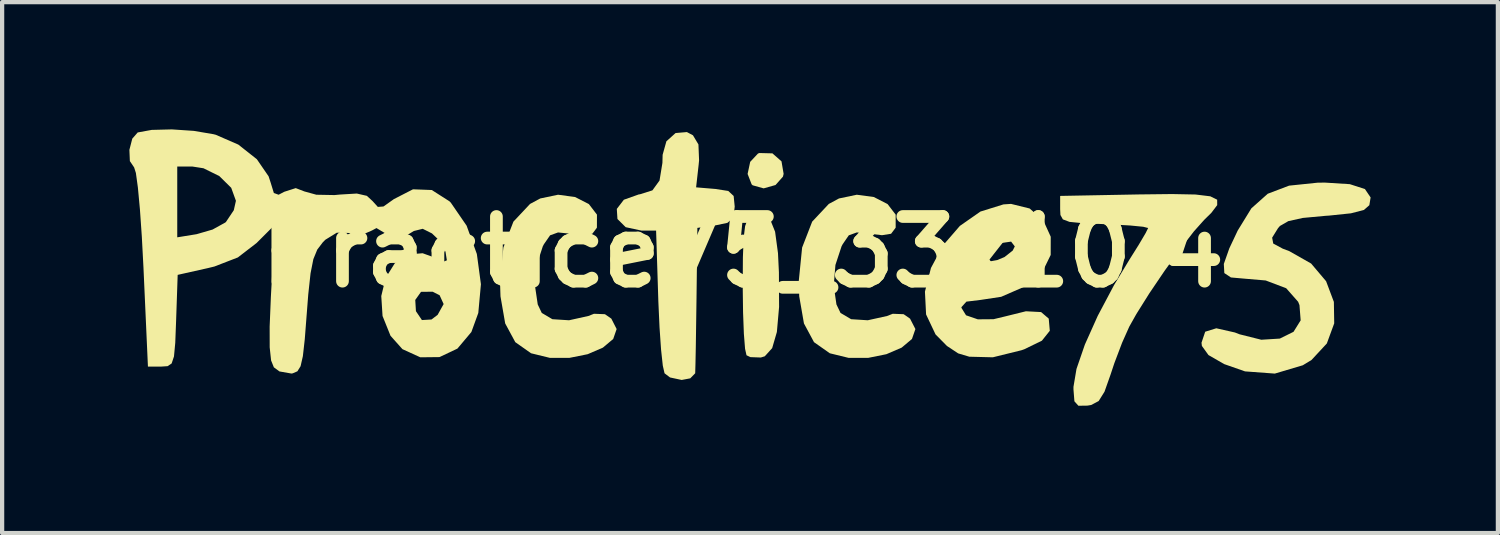
<source format=kicad_pcb>
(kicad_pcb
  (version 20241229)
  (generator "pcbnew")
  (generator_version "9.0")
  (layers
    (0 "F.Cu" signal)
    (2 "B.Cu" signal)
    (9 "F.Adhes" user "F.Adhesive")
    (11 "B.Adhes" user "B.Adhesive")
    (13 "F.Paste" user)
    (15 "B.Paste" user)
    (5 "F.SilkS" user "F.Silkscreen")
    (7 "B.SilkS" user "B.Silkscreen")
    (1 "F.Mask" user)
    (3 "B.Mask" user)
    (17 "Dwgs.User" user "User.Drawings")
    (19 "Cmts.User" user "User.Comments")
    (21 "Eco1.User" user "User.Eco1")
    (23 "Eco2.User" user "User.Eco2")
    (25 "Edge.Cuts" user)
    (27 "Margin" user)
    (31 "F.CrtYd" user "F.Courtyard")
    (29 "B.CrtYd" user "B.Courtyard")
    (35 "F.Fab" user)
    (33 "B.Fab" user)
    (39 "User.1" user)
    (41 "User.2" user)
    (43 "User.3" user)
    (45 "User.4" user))
  (footprint "Practice75_33x10.4"
    (layer "F.Cu")
    (at 14.457 2.888)
    (property "Reference" "Practice75_33x10.4" (at 0 0 0) (layer "F.SilkS") (effects (font (size 1.524 1.524) (thickness 0.3))))
    (attr through_hole)
    (fp_poly (pts (xy 0.7 -2.323) (xy 0.914 -2.135) (xy 0.964 -1.84) (xy 0.948 -1.774) (xy 0.773 -1.577) (xy 0.493 -1.498) (xy 0.235 -1.57) (xy 0.21 -1.593) (xy 0.115 -1.838) (xy 0.176 -2.123) (xy 0.359 -2.318) (xy 0.391 -2.331)) (stroke (width 0) (type solid)) (fill yes) (layer "F.SilkS"))
    (fp_poly (pts (xy 0.644 -0.772) (xy 0.763 -0.476) (xy 0.831 0.028) (xy 0.853 0.481) (xy 0.857 1.297) (xy 0.805 1.887) (xy 0.694 2.268) (xy 0.52 2.46) (xy 0.427 2.489) (xy 0.181 2.48) (xy 0.089 2.436) (xy 0.055 2.283) (xy 0.027 1.93) (xy 0.008 1.428) (xy 0.000026 0.83) (xy 0 0.792) (xy 0.004 0.129) (xy 0.021 -0.324) (xy 0.056 -0.608) (xy 0.113 -0.766) (xy 0.198 -0.838) (xy 0.206 -0.841) (xy 0.463 -0.885)) (stroke (width 0) (type solid)) (fill yes) (layer "F.SilkS"))
    (fp_poly (pts (xy -3.952 -1.294) (xy -3.627 -1.128) (xy -3.436 -0.879) (xy -3.437 -0.577) (xy -3.44 -0.567) (xy -3.545 -0.428) (xy -3.758 -0.394) (xy -4.022 -0.425) (xy -4.353 -0.459) (xy -4.541 -0.391) (xy -4.687 -0.18) (xy -4.712 -0.133) (xy -4.856 0.307) (xy -4.897 0.799) (xy -4.832 1.238) (xy -4.737 1.438) (xy -4.487 1.586) (xy -4.094 1.611) (xy -3.638 1.51) (xy -3.506 1.458) (xy -3.248 1.468) (xy -3.097 1.573) (xy -2.972 1.818) (xy -3.053 2.052) (xy -3.296 2.256) (xy -3.655 2.411) (xy -4.088 2.498) (xy -4.547 2.497) (xy -4.989 2.389) (xy -4.991 2.388) (xy -5.361 2.127) (xy -5.599 1.686) (xy -5.71 1.047) (xy -5.721 0.697) (xy -5.642 -0.103) (xy -5.405 -0.714) (xy -5.013 -1.131) (xy -4.773 -1.26) (xy -4.353 -1.348)) (stroke (width 0) (type solid)) (fill yes) (layer "F.SilkS"))
    (fp_poly (pts (xy 3.09 -1.294) (xy 3.414 -1.128) (xy 3.605 -0.879) (xy 3.605 -0.577) (xy 3.602 -0.567) (xy 3.497 -0.428) (xy 3.283 -0.394) (xy 3.019 -0.425) (xy 2.688 -0.459) (xy 2.5 -0.391) (xy 2.355 -0.18) (xy 2.33 -0.133) (xy 2.185 0.307) (xy 2.145 0.799) (xy 2.209 1.238) (xy 2.305 1.438) (xy 2.555 1.586) (xy 2.947 1.611) (xy 3.404 1.51) (xy 3.536 1.458) (xy 3.793 1.468) (xy 3.944 1.573) (xy 4.07 1.818) (xy 3.989 2.052) (xy 3.746 2.256) (xy 3.386 2.411) (xy 2.954 2.498) (xy 2.494 2.497) (xy 2.052 2.389) (xy 2.051 2.388) (xy 1.68 2.127) (xy 1.443 1.686) (xy 1.332 1.047) (xy 1.32 0.697) (xy 1.4 -0.103) (xy 1.637 -0.714) (xy 2.029 -1.131) (xy 2.269 -1.26) (xy 2.689 -1.348)) (stroke (width 0) (type solid)) (fill yes) (layer "F.SilkS"))
    (fp_poly (pts (xy -1.173 -2.749) (xy -1.044 -2.533) (xy -1.029 -2.16) (xy -1.039 -2.055) (xy -1.099 -1.522) (xy -0.644 -1.484) (xy -0.341 -1.437) (xy -0.214 -1.319) (xy -0.189 -1.069) (xy -0.219 -0.809) (xy -0.361 -0.685) (xy -0.629 -0.629) (xy -1.069 -0.566) (xy -1.089 1.069) (xy -1.098 1.695) (xy -1.106 2.235) (xy -1.114 2.638) (xy -1.12 2.849) (xy -1.121 2.861) (xy -1.237 2.98) (xy -1.439 3.018) (xy -1.714 2.959) (xy -1.843 2.861) (xy -1.884 2.681) (xy -1.925 2.303) (xy -1.961 1.78) (xy -1.989 1.167) (xy -1.991 1.1) (xy -2.042 -0.503) (xy -2.389 -0.503) (xy -2.759 -0.583) (xy -2.953 -0.776) (xy -2.968 -1.014) (xy -2.802 -1.23) (xy -2.451 -1.355) (xy -2.421 -1.359) (xy -2.129 -1.451) (xy -1.961 -1.683) (xy -1.893 -2.099) (xy -1.888 -2.29) (xy -1.799 -2.608) (xy -1.583 -2.802) (xy -1.316 -2.825)) (stroke (width 0) (type solid)) (fill yes) (layer "F.SilkS"))
    (fp_poly (pts (xy 10.673 -1.353) (xy 11.02 -1.311) (xy 11.183 -1.231) (xy 11.184 -1.103) (xy 11.045 -0.92) (xy 10.878 -0.756) (xy 10.635 -0.484) (xy 10.308 -0.061) (xy 9.942 0.448) (xy 9.584 0.977) (xy 9.279 1.463) (xy 9.112 1.76) (xy 8.942 2.141) (xy 8.759 2.624) (xy 8.67 2.892) (xy 8.527 3.296) (xy 8.39 3.515) (xy 8.214 3.608) (xy 8.125 3.623) (xy 7.912 3.626) (xy 7.818 3.521) (xy 7.796 3.241) (xy 7.796 3.18) (xy 7.867 2.758) (xy 8.065 2.183) (xy 8.368 1.507) (xy 8.754 0.779) (xy 9.108 0.193) (xy 9.336 -0.171) (xy 9.497 -0.444) (xy 9.556 -0.563) (xy 9.44 -0.593) (xy 9.132 -0.623) (xy 8.689 -0.648) (xy 8.519 -0.655) (xy 8.011 -0.676) (xy 7.703 -0.708) (xy 7.546 -0.767) (xy 7.489 -0.87) (xy 7.482 -1.006) (xy 7.482 -1.32) (xy 9.336 -1.355) (xy 10.119 -1.364)) (stroke (width 0) (type solid)) (fill yes) (layer "F.SilkS"))
    (fp_poly (pts (xy 6.762 -1.024) (xy 7.084 -0.745) (xy 7.26 -0.358) (xy 7.259 0.072) (xy 7.07 0.458) (xy 6.645 0.817) (xy 6.092 1.058) (xy 5.602 1.132) (xy 5.272 1.172) (xy 5.156 1.301) (xy 5.155 1.318) (xy 5.264 1.494) (xy 5.541 1.589) (xy 5.911 1.586) (xy 6.178 1.522) (xy 6.675 1.399) (xy 7.033 1.418) (xy 7.213 1.572) (xy 7.238 1.859) (xy 7.052 2.092) (xy 6.638 2.294) (xy 6.569 2.318) (xy 5.895 2.484) (xy 5.341 2.47) (xy 5.079 2.392) (xy 4.815 2.218) (xy 4.549 1.949) (xy 4.544 1.943) (xy 4.322 1.474) (xy 4.295 0.936) (xy 4.437 0.378) (xy 4.55 0.167) (xy 5.581 0.167) (xy 5.586 0.236) (xy 5.698 0.247) (xy 5.999 0.192) (xy 6.17 0.121) (xy 6.364 -0.032) (xy 6.413 -0.13) (xy 6.326 -0.243) (xy 6.107 -0.211) (xy 5.821 -0.047) (xy 5.767 -0.004) (xy 5.581 0.167) (xy 4.55 0.167) (xy 4.721 -0.154) (xy 5.118 -0.613) (xy 5.602 -0.951) (xy 6.145 -1.12) (xy 6.324 -1.132)) (stroke (width 0) (type solid)) (fill yes) (layer "F.SilkS"))
    (fp_poly (pts (xy 14.31 -1.597) (xy 14.666 -1.482) (xy 14.8 -1.284) (xy 14.77 -1.101) (xy 14.642 -0.989) (xy 14.337 -0.91) (xy 13.82 -0.856) (xy 13.741 -0.851) (xy 13.202 -0.801) (xy 12.861 -0.726) (xy 12.663 -0.612) (xy 12.617 -0.559) (xy 12.479 -0.336) (xy 12.505 -0.197) (xy 12.728 -0.077) (xy 12.882 -0.019) (xy 13.398 0.274) (xy 13.751 0.691) (xy 13.934 1.178) (xy 13.942 1.684) (xy 13.768 2.158) (xy 13.407 2.547) (xy 13.201 2.672) (xy 12.542 2.868) (xy 11.84 2.816) (xy 11.348 2.644) (xy 10.978 2.431) (xy 10.823 2.216) (xy 10.814 2.14) (xy 10.901 1.881) (xy 11.163 1.8) (xy 11.601 1.899) (xy 11.712 1.942) (xy 12.223 2.07) (xy 12.66 2.043) (xy 12.983 1.883) (xy 13.151 1.613) (xy 13.123 1.254) (xy 13.092 1.176) (xy 12.81 0.856) (xy 12.327 0.673) (xy 11.812 0.629) (xy 11.507 0.602) (xy 11.352 0.499) (xy 11.34 0.283) (xy 11.469 -0.083) (xy 11.667 -0.503) (xy 11.989 -1.027) (xy 12.375 -1.371) (xy 12.878 -1.562) (xy 13.552 -1.632) (xy 13.722 -1.634)) (stroke (width 0) (type solid)) (fill yes) (layer "F.SilkS"))
    (fp_poly (pts (xy -12.937 -2.853) (xy -12.477 -2.775) (xy -12.421 -2.761) (xy -11.89 -2.53) (xy -11.453 -2.185) (xy -11.176 -1.782) (xy -11.128 -1.636) (xy -11.052 -1.389) (xy -10.94 -1.348) (xy -10.805 -1.418) (xy -10.536 -1.504) (xy -10.333 -1.426) (xy -10.05 -1.348) (xy -9.623 -1.34) (xy -9.496 -1.352) (xy -9.096 -1.376) (xy -8.86 -1.322) (xy -8.726 -1.199) (xy -8.601 -1.061) (xy -8.468 -1.071) (xy -8.236 -1.235) (xy -8.226 -1.243) (xy -7.772 -1.476) (xy -7.329 -1.459) (xy -6.914 -1.194) (xy -6.881 -1.161) (xy -6.508 -0.618) (xy -6.267 0.049) (xy -6.171 0.761) (xy -6.233 1.439) (xy -6.396 1.888) (xy -6.725 2.279) (xy -7.147 2.479) (xy -7.6 2.484) (xy -8.021 2.292) (xy -8.302 1.977) (xy -8.49 1.51) (xy -8.514 1.132) (xy -7.719 1.132) (xy -7.703 1.397) (xy -7.562 1.606) (xy -7.337 1.593) (xy -7.192 1.484) (xy -7.05 1.229) (xy -7.145 1.021) (xy -7.309 0.938) (xy -7.583 0.941) (xy -7.719 1.132) (xy -8.514 1.132) (xy -8.52 1.04) (xy -8.416 0.611) (xy -8.203 0.27) (xy -7.904 0.061) (xy -7.545 0.031) (xy -7.313 0.115) (xy -7.06 0.233) (xy -6.974 0.198) (xy -7.006 -0.004) (xy -7.16 -0.278) (xy -7.325 -0.436) (xy -7.543 -0.545) (xy -7.752 -0.493) (xy -7.879 -0.416) (xy -8.114 -0.29) (xy -8.282 -0.324) (xy -8.415 -0.432) (xy -8.633 -0.562) (xy -8.736 -0.507) (xy -8.916 -0.428) (xy -9.222 -0.445) (xy -9.568 -0.453) (xy -9.838 -0.287) (xy -9.9 -0.224) (xy -10.029 -0.054) (xy -10.121 0.171) (xy -10.187 0.505) (xy -10.241 1.001) (xy -10.276 1.45) (xy -10.323 2.057) (xy -10.368 2.457) (xy -10.422 2.694) (xy -10.497 2.814) (xy -10.605 2.861) (xy -10.636 2.867) (xy -10.92 2.817) (xy -11.052 2.72) (xy -11.117 2.558) (xy -11.15 2.249) (xy -11.151 1.759) (xy -11.122 1.057) (xy -11.116 0.947) (xy -11.028 -0.641) (xy -11.459 -0.21) (xy -11.9 0.13) (xy -12.453 0.344) (xy -12.605 0.381) (xy -13.319 0.541) (xy -13.356 1.622) (xy -13.376 2.143) (xy -13.406 2.463) (xy -13.461 2.629) (xy -13.557 2.693) (xy -13.706 2.703) (xy -14.02 2.703) (xy -14.125 0.377) (xy -14.164 -0.36) (xy -14.209 -1.005) (xy -14.257 -1.519) (xy -14.304 -1.861) (xy -14.345 -1.991) (xy -14.359 -2.012) (xy -13.329 -2.012) (xy -13.329 -0.344) (xy -12.873 -0.418) (xy -12.497 -0.527) (xy -12.198 -0.692) (xy -12.181 -0.706) (xy -11.996 -0.983) (xy -11.946 -1.205) (xy -12.057 -1.511) (xy -12.338 -1.788) (xy -12.711 -1.972) (xy -12.968 -2.012) (xy -13.329 -2.012) (xy -14.359 -2.012) (xy -14.446 -2.141) (xy -14.457 -2.406) (xy -14.389 -2.67) (xy -14.261 -2.816) (xy -13.931 -2.876) (xy -13.456 -2.888)) (stroke (width 0) (type solid)) (fill yes) (layer "F.SilkS")))
  (gr_rect
    (start -3 -3)
    (end 32.257 9.514)
    (stroke (width 0.1) (type default))
    (fill no)
    (layer "Edge.Cuts")))
</source>
